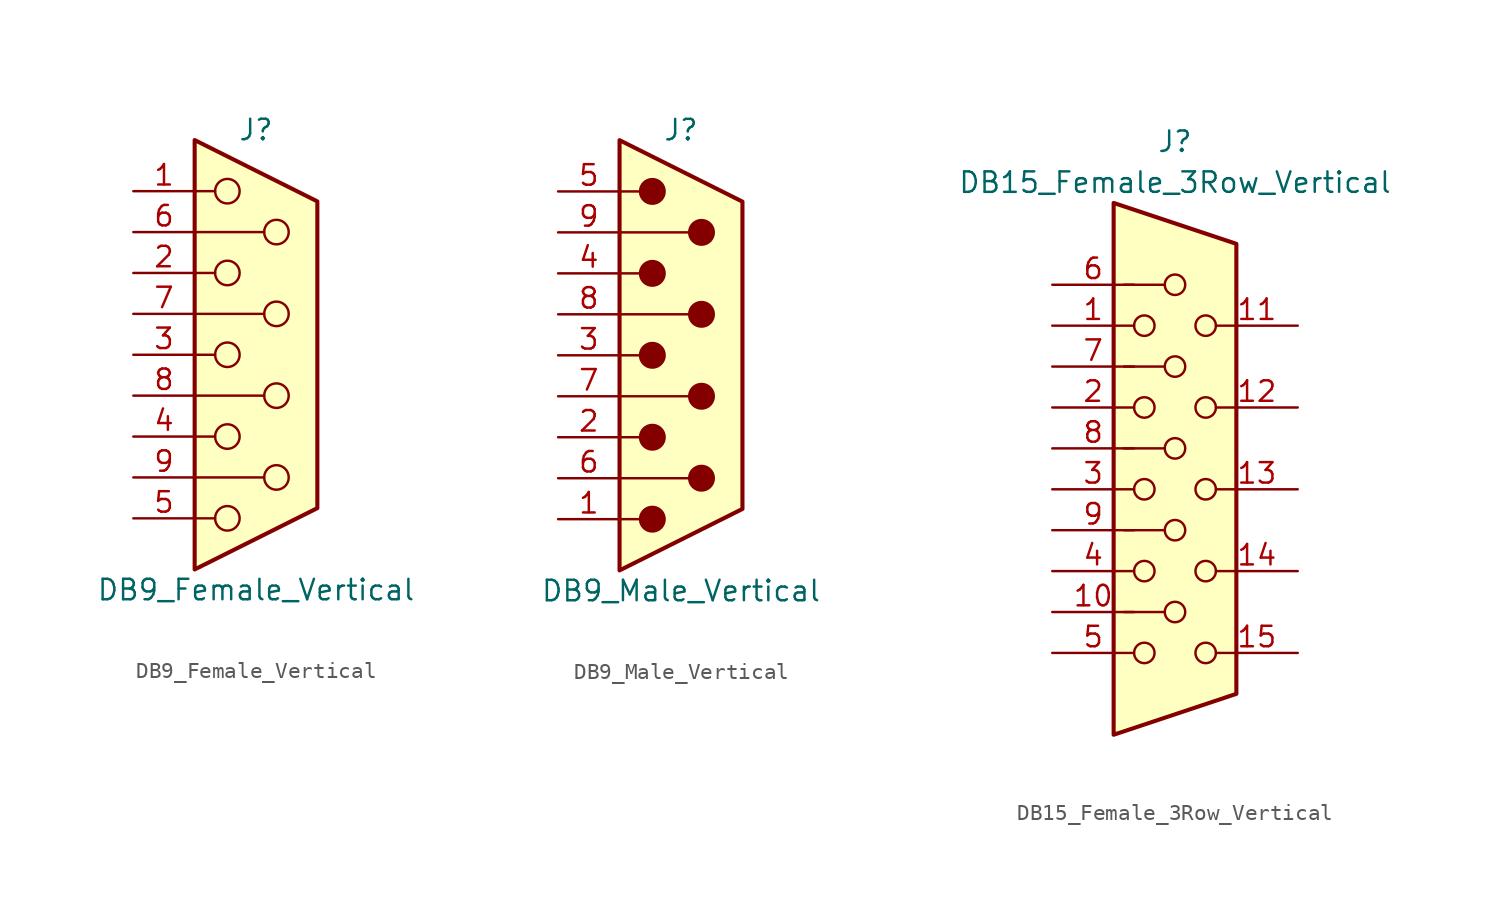
<source format=kicad_sym>
(kicad_symbol_lib
  (version 20220914)
  (generator kicad_symbol_editor)
  (symbol "DB9_Female_Vertical"
    (pin_names
      (offset 1.016) hide)
    (property "Reference" "J"
      (at 0 13.97 0)
      (effects (font (size 1.27 1.27))))
    (property "Value" "DB9_Female_Vertical"
      (at 0 -14.605 0)
      (effects (font (size 1.27 1.27))))
    (symbol "DB9_Female_Vertical_0_1"
      (circle (center -1.778 -10.16) (radius 0.762) (stroke (width 0) (type default)) (fill (type none)))
      (circle (center -1.778 -5.08) (radius 0.762) (stroke (width 0) (type default)) (fill (type none)))
      (circle (center -1.778 0) (radius 0.762) (stroke (width 0) (type default)) (fill (type none)))
      (circle (center -1.778 5.08) (radius 0.762) (stroke (width 0) (type default)) (fill (type none)))
      (circle (center -1.778 10.16) (radius 0.762) (stroke (width 0) (type default)) (fill (type none)))
      (polyline (pts (xy -3.81 -10.16) (xy -2.54 -10.16)) (stroke (width 0) (type default)) (fill (type none)))
      (polyline (pts (xy -3.81 -7.62) (xy 0.508 -7.62)) (stroke (width 0) (type default)) (fill (type none)))
      (polyline (pts (xy -3.81 -5.08) (xy -2.54 -5.08)) (stroke (width 0) (type default)) (fill (type none)))
      (polyline (pts (xy -3.81 -2.54) (xy 0.508 -2.54)) (stroke (width 0) (type default)) (fill (type none)))
      (polyline (pts (xy -3.81 0) (xy -2.54 0)) (stroke (width 0) (type default)) (fill (type none)))
      (polyline (pts (xy -3.81 2.54) (xy 0.508 2.54)) (stroke (width 0) (type default)) (fill (type none)))
      (polyline (pts (xy -3.81 5.08) (xy -2.54 5.08)) (stroke (width 0) (type default)) (fill (type none)))
      (polyline (pts (xy -3.81 7.62) (xy 0.508 7.62)) (stroke (width 0) (type default)) (fill (type none)))
      (polyline (pts (xy -3.81 10.16) (xy -2.54 10.16)) (stroke (width 0) (type default)) (fill (type none)))
      (polyline (pts (xy -3.81 13.335) (xy -3.81 -13.335) (xy 3.81 -9.525) (xy 3.81 9.525) (xy -3.81 13.335)) (stroke (width 0.254) (type default)) (fill (type background)))
      (circle (center 1.27 -7.62) (radius 0.762) (stroke (width 0) (type default)) (fill (type none)))
      (circle (center 1.27 -2.54) (radius 0.762) (stroke (width 0) (type default)) (fill (type none)))
      (circle (center 1.27 2.54) (radius 0.762) (stroke (width 0) (type default)) (fill (type none)))
      (circle (center 1.27 7.62) (radius 0.762) (stroke (width 0) (type default)) (fill (type none))))
    (symbol "DB9_Female_Vertical_1_1"
      (pin passive line (at -7.62 10.16 0) (length 3.81) (name "1" (effects (font (size 1.27 1.27)))) (number "1" (effects (font (size 1.27 1.27)))))
      (pin passive line (at -7.62 5.08 0) (length 3.81) (name "2" (effects (font (size 1.27 1.27)))) (number "2" (effects (font (size 1.27 1.27)))))
      (pin passive line (at -7.62 0 0) (length 3.81) (name "3" (effects (font (size 1.27 1.27)))) (number "3" (effects (font (size 1.27 1.27)))))
      (pin passive line (at -7.62 -5.08 0) (length 3.81) (name "4" (effects (font (size 1.27 1.27)))) (number "4" (effects (font (size 1.27 1.27)))))
      (pin passive line (at -7.62 -10.16 0) (length 3.81) (name "5" (effects (font (size 1.27 1.27)))) (number "5" (effects (font (size 1.27 1.27)))))
      (pin passive line (at -7.62 7.62 0) (length 3.81) (name "6" (effects (font (size 1.27 1.27)))) (number "6" (effects (font (size 1.27 1.27)))))
      (pin passive line (at -7.62 2.54 0) (length 3.81) (name "7" (effects (font (size 1.27 1.27)))) (number "7" (effects (font (size 1.27 1.27)))))
      (pin passive line (at -7.62 -2.54 0) (length 3.81) (name "8" (effects (font (size 1.27 1.27)))) (number "8" (effects (font (size 1.27 1.27)))))
      (pin passive line (at -7.62 -7.62 0) (length 3.81) (name "9" (effects (font (size 1.27 1.27)))) (number "9" (effects (font (size 1.27 1.27)))))))
  (symbol "DB9_Male_Vertical"
    (pin_names
      (offset 1.016) hide)
    (property "Reference" "J"
      (at 0 13.97 0)
      (effects (font (size 1.27 1.27))))
    (property "Value" "DB9_Male_Vertical"
      (at 0 -14.605 0)
      (effects (font (size 1.27 1.27))))
    (symbol "DB9_Male_Vertical_0_1"
      (circle (center -1.778 -10.16) (radius 0.762) (stroke (width 0) (type default)) (fill (type outline)))
      (circle (center -1.778 -5.08) (radius 0.762) (stroke (width 0) (type default)) (fill (type outline)))
      (circle (center -1.778 0) (radius 0.762) (stroke (width 0) (type default)) (fill (type outline)))
      (circle (center -1.778 5.08) (radius 0.762) (stroke (width 0) (type default)) (fill (type outline)))
      (circle (center -1.778 10.16) (radius 0.762) (stroke (width 0) (type default)) (fill (type outline)))
      (polyline (pts (xy -3.81 -10.16) (xy -2.54 -10.16)) (stroke (width 0) (type default)) (fill (type none)))
      (polyline (pts (xy -3.81 -7.62) (xy 0.508 -7.62)) (stroke (width 0) (type default)) (fill (type none)))
      (polyline (pts (xy -3.81 -5.08) (xy -2.54 -5.08)) (stroke (width 0) (type default)) (fill (type none)))
      (polyline (pts (xy -3.81 -2.54) (xy 0.508 -2.54)) (stroke (width 0) (type default)) (fill (type none)))
      (polyline (pts (xy -3.81 0) (xy -2.54 0)) (stroke (width 0) (type default)) (fill (type none)))
      (polyline (pts (xy -3.81 2.54) (xy 0.508 2.54)) (stroke (width 0) (type default)) (fill (type none)))
      (polyline (pts (xy -3.81 5.08) (xy -2.54 5.08)) (stroke (width 0) (type default)) (fill (type none)))
      (polyline (pts (xy -3.81 7.62) (xy 0.508 7.62)) (stroke (width 0) (type default)) (fill (type none)))
      (polyline (pts (xy -3.81 10.16) (xy -2.54 10.16)) (stroke (width 0) (type default)) (fill (type none)))
      (polyline (pts (xy -3.81 -13.335) (xy -3.81 13.335) (xy 3.81 9.525) (xy 3.81 -9.525) (xy -3.81 -13.335)) (stroke (width 0.254) (type default)) (fill (type background)))
      (circle (center 1.27 -7.62) (radius 0.762) (stroke (width 0) (type default)) (fill (type outline)))
      (circle (center 1.27 -2.54) (radius 0.762) (stroke (width 0) (type default)) (fill (type outline)))
      (circle (center 1.27 2.54) (radius 0.762) (stroke (width 0) (type default)) (fill (type outline)))
      (circle (center 1.27 7.62) (radius 0.762) (stroke (width 0) (type default)) (fill (type outline))))
    (symbol "DB9_Male_Vertical_1_1"
      (pin passive line (at -7.62 -10.16 0) (length 3.81) (name "1" (effects (font (size 1.27 1.27)))) (number "1" (effects (font (size 1.27 1.27)))))
      (pin passive line (at -7.62 -5.08 0) (length 3.81) (name "2" (effects (font (size 1.27 1.27)))) (number "2" (effects (font (size 1.27 1.27)))))
      (pin passive line (at -7.62 0 0) (length 3.81) (name "3" (effects (font (size 1.27 1.27)))) (number "3" (effects (font (size 1.27 1.27)))))
      (pin passive line (at -7.62 5.08 0) (length 3.81) (name "4" (effects (font (size 1.27 1.27)))) (number "4" (effects (font (size 1.27 1.27)))))
      (pin passive line (at -7.62 10.16 0) (length 3.81) (name "5" (effects (font (size 1.27 1.27)))) (number "5" (effects (font (size 1.27 1.27)))))
      (pin passive line (at -7.62 -7.62 0) (length 3.81) (name "6" (effects (font (size 1.27 1.27)))) (number "6" (effects (font (size 1.27 1.27)))))
      (pin passive line (at -7.62 -2.54 0) (length 3.81) (name "7" (effects (font (size 1.27 1.27)))) (number "7" (effects (font (size 1.27 1.27)))))
      (pin passive line (at -7.62 2.54 0) (length 3.81) (name "8" (effects (font (size 1.27 1.27)))) (number "8" (effects (font (size 1.27 1.27)))))
      (pin passive line (at -7.62 7.62 0) (length 3.81) (name "9" (effects (font (size 1.27 1.27)))) (number "9" (effects (font (size 1.27 1.27)))))))
  (symbol "DB15_Female_3Row_Vertical"
    (pin_names
      (offset 1.016) hide)
    (property "Reference" "J"
      (at 0 21.59 0)
      (effects (font (size 1.27 1.27))))
    (property "Value" "DB15_Female_3Row_Vertical"
      (at 0 19.05 0)
      (effects (font (size 1.27 1.27))))
    (symbol "DB15_Female_3Row_Vertical_0_1"
      (circle (center -1.905 -10.16) (radius 0.635) (stroke (width 0) (type default)) (fill (type none)))
      (circle (center -1.905 -5.08) (radius 0.635) (stroke (width 0) (type default)) (fill (type none)))
      (circle (center -1.905 0) (radius 0.635) (stroke (width 0) (type default)) (fill (type none)))
      (circle (center -1.905 5.08) (radius 0.635) (stroke (width 0) (type default)) (fill (type none)))
      (circle (center -1.905 10.16) (radius 0.635) (stroke (width 0) (type default)) (fill (type none)))
      (circle (center 0 -7.62) (radius 0.635) (stroke (width 0) (type default)) (fill (type none)))
      (circle (center 0 -2.54) (radius 0.635) (stroke (width 0) (type default)) (fill (type none)))
      (polyline (pts (xy -3.175 7.62) (xy -0.635 7.62)) (stroke (width 0) (type default)) (fill (type none)))
      (polyline (pts (xy -0.635 -7.62) (xy -3.175 -7.62)) (stroke (width 0) (type default)) (fill (type none)))
      (polyline (pts (xy -0.635 -2.54) (xy -3.175 -2.54)) (stroke (width 0) (type default)) (fill (type none)))
      (polyline (pts (xy -0.635 2.54) (xy -3.175 2.54)) (stroke (width 0) (type default)) (fill (type none)))
      (polyline (pts (xy -0.635 12.7) (xy -3.175 12.7)) (stroke (width 0) (type default)) (fill (type none)))
      (polyline (pts (xy -3.81 17.78) (xy -3.81 -15.24) (xy 3.81 -12.7) (xy 3.81 15.24) (xy -3.81 17.78)) (stroke (width 0.254) (type default)) (fill (type background)))
      (circle (center 0 2.54) (radius 0.635) (stroke (width 0) (type default)) (fill (type none)))
      (circle (center 0 7.62) (radius 0.635) (stroke (width 0) (type default)) (fill (type none)))
      (circle (center 0 12.7) (radius 0.635) (stroke (width 0) (type default)) (fill (type none)))
      (circle (center 1.905 -10.16) (radius 0.635) (stroke (width 0) (type default)) (fill (type none)))
      (circle (center 1.905 -5.08) (radius 0.635) (stroke (width 0) (type default)) (fill (type none)))
      (circle (center 1.905 0) (radius 0.635) (stroke (width 0) (type default)) (fill (type none)))
      (circle (center 1.905 5.08) (radius 0.635) (stroke (width 0) (type default)) (fill (type none)))
      (circle (center 1.905 10.16) (radius 0.635) (stroke (width 0) (type default)) (fill (type none))))
    (symbol "DB15_Female_3Row_Vertical_1_1"
      (pin passive line (at -7.62 10.16 0) (length 5.08) (name "~" (effects (font (size 1.27 1.27)))) (number "1" (effects (font (size 1.27 1.27)))))
      (pin passive line (at -7.62 -7.62 0) (length 5.08) (name "~" (effects (font (size 1.27 1.27)))) (number "10" (effects (font (size 1.27 1.27)))))
      (pin passive line (at 7.62 10.16 180) (length 5.08) (name "~" (effects (font (size 1.27 1.27)))) (number "11" (effects (font (size 1.27 1.27)))))
      (pin passive line (at 7.62 5.08 180) (length 5.08) (name "~" (effects (font (size 1.27 1.27)))) (number "12" (effects (font (size 1.27 1.27)))))
      (pin passive line (at 7.62 0 180) (length 5.08) (name "~" (effects (font (size 1.27 1.27)))) (number "13" (effects (font (size 1.27 1.27)))))
      (pin passive line (at 7.62 -5.08 180) (length 5.08) (name "~" (effects (font (size 1.27 1.27)))) (number "14" (effects (font (size 1.27 1.27)))))
      (pin passive line (at 7.62 -10.16 180) (length 5.08) (name "~" (effects (font (size 1.27 1.27)))) (number "15" (effects (font (size 1.27 1.27)))))
      (pin passive line (at -7.62 5.08 0) (length 5.08) (name "~" (effects (font (size 1.27 1.27)))) (number "2" (effects (font (size 1.27 1.27)))))
      (pin passive line (at -7.62 0 0) (length 5.08) (name "~" (effects (font (size 1.27 1.27)))) (number "3" (effects (font (size 1.27 1.27)))))
      (pin passive line (at -7.62 -5.08 0) (length 5.08) (name "~" (effects (font (size 1.27 1.27)))) (number "4" (effects (font (size 1.27 1.27)))))
      (pin passive line (at -7.62 -10.16 0) (length 5.08) (name "~" (effects (font (size 1.27 1.27)))) (number "5" (effects (font (size 1.27 1.27)))))
      (pin passive line (at -7.62 12.7 0) (length 5.08) (name "~" (effects (font (size 1.27 1.27)))) (number "6" (effects (font (size 1.27 1.27)))))
      (pin passive line (at -7.62 7.62 0) (length 5.08) (name "~" (effects (font (size 1.27 1.27)))) (number "7" (effects (font (size 1.27 1.27)))))
      (pin passive line (at -7.62 2.54 0) (length 5.08) (name "~" (effects (font (size 1.27 1.27)))) (number "8" (effects (font (size 1.27 1.27)))))
      (pin passive line (at -7.62 -2.54 0) (length 5.08) (name "~" (effects (font (size 1.27 1.27)))) (number "9" (effects (font (size 1.27 1.27))))))))
</source>
